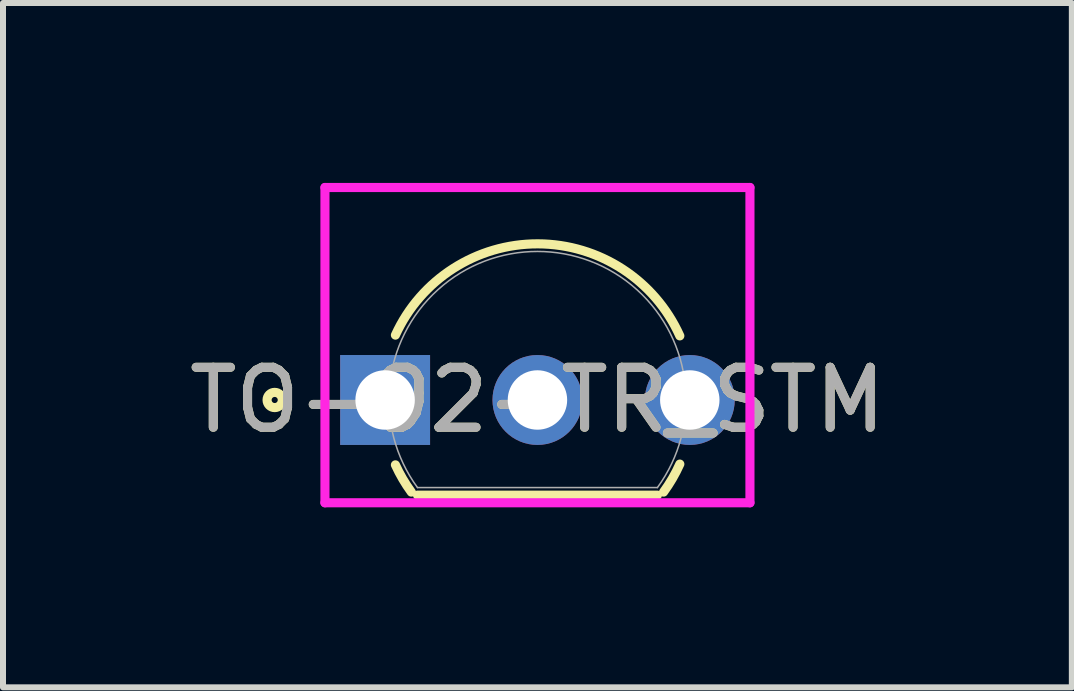
<source format=kicad_pcb>
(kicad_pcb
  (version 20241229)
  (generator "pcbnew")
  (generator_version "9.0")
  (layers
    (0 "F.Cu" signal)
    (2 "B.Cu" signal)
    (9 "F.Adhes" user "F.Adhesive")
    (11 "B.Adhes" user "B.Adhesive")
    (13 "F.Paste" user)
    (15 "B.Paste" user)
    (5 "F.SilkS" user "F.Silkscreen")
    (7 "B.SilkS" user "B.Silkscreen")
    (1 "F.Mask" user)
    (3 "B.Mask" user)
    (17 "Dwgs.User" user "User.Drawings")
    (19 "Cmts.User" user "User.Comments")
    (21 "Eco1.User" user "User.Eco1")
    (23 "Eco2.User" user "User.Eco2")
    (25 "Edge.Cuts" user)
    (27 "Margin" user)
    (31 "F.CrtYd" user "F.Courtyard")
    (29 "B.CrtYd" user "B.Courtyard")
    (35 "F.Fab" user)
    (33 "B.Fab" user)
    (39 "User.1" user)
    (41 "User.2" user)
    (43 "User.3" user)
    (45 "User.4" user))
  (footprint "TO-92-TR_STM"
    (layer "F.Cu")
    (at 3.371 3.619)
    (property "Reference" "TO-92-TR_STM" (at 2.54 0 0) (unlocked yes) (layer "F.SilkS") (effects (font (size 1 1) (thickness 0.15))))
    (attr through_hole)
    (fp_line (start 0.54 1.587) (end 4.54 1.587) (stroke (width 0.152) (type solid)) (layer "F.SilkS"))
    (fp_arc (start 0.172004 -1.082039) (mid 2.547048 -2.60349) (end 4.913819 -1.069203) (stroke (width 0.1524) (type solid)) (layer "F.SilkS"))
    (fp_arc (start 0.437437 1.535397) (mid 0.293256 1.31543) (end 0.172004 1.082039) (stroke (width 0.1524) (type solid)) (layer "F.SilkS"))
    (fp_arc (start 4.913819 1.069203) (mid 4.790296 1.309343) (end 4.642563 1.535397) (stroke (width 0.1524) (type solid)) (layer "F.SilkS"))
    (fp_circle (center -1.841 0) (end -1.714 0) (stroke (width 0.152) (type solid)) (fill no) (layer "F.SilkS"))
    (fp_line (start -1.003 -3.543) (end 6.083 -3.543) (stroke (width 0.152) (type solid)) (layer "F.CrtYd"))
    (fp_line (start -1.003 1.714) (end -1.003 -3.543) (stroke (width 0.152) (type solid)) (layer "F.CrtYd"))
    (fp_line (start 6.083 -3.543) (end 6.083 1.714) (stroke (width 0.152) (type solid)) (layer "F.CrtYd"))
    (fp_line (start 6.083 1.714) (end -1.003 1.714) (stroke (width 0.152) (type solid)) (layer "F.CrtYd"))
    (fp_line (start -0.254 0) (end 0.254 0) (stroke (width 0.152) (type solid)) (layer "F.Fab"))
    (fp_line (start 0 0.254) (end 0 -0.254) (stroke (width 0.152) (type solid)) (layer "F.Fab"))
    (fp_line (start 0.54 1.46) (end 4.54 1.46) (stroke (width 0.025) (type solid)) (layer "F.Fab"))
    (fp_arc (start 0.540001 1.460499) (mid 2.54 -2.4765) (end 4.539998 1.4605) (stroke (width 0.0254) (type solid)) (layer "F.Fab"))
    (fp_circle (center 0.318 0) (end 0.445 0) (stroke (width 0.025) (type solid)) (fill no) (layer "F.Fab"))
    (fp_text user "${REFERENCE}" (at 2.54 0 0) (unlocked yes) (layer "F.Fab") (effects (font (size 1 1) (thickness 0.15))))
    (pad "1" thru_hole rect (at 0 0) (size 1.499 1.499) (drill 0.991) (layers "*.Cu" "*.Mask"))
    (pad "2" thru_hole circle (at 2.54 0) (size 1.499 1.499) (drill 0.991) (layers "*.Cu" "*.Mask"))
    (pad "3" thru_hole circle (at 5.08 0) (size 1.499 1.499) (drill 0.991) (layers "*.Cu" "*.Mask")))
  (gr_rect
    (start -3 -3)
    (end 14.821 8.41)
    (stroke (width 0.1) (type default))
    (fill no)
    (layer "Edge.Cuts")))
</source>
